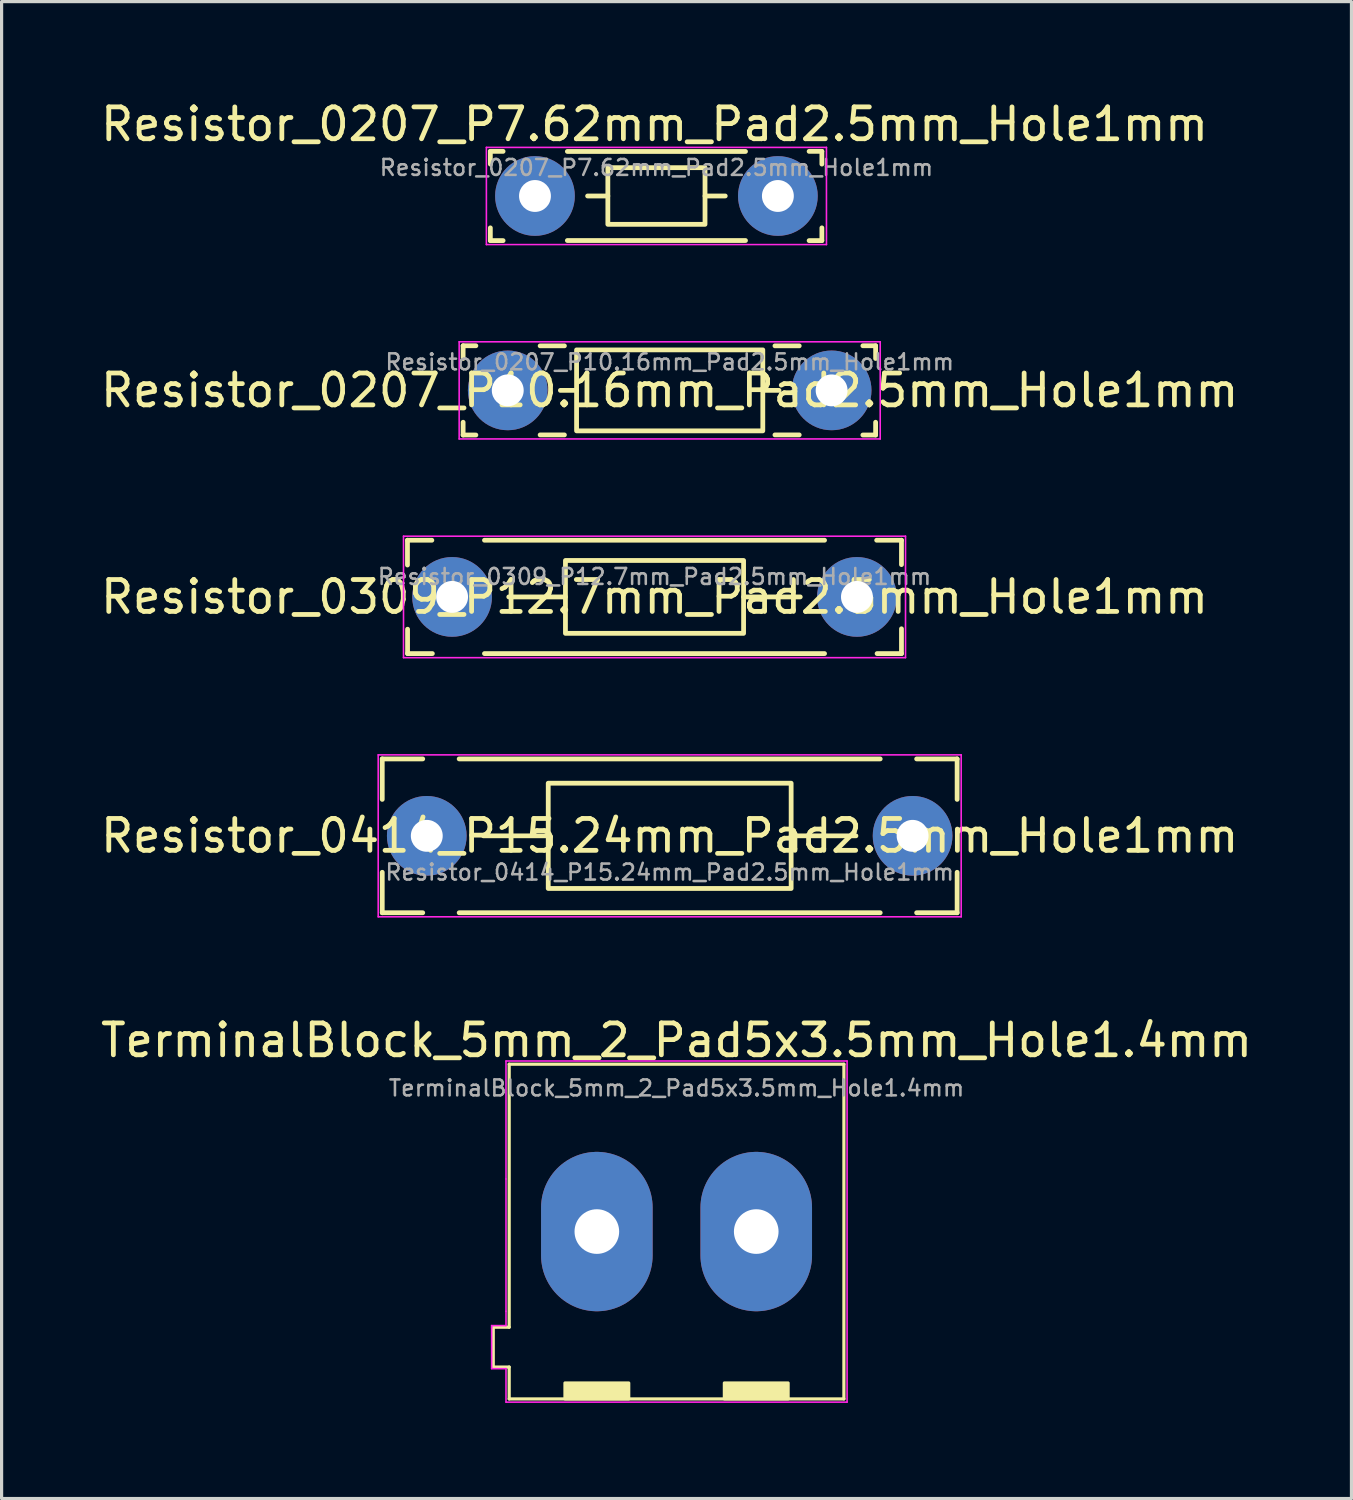
<source format=kicad_pcb>
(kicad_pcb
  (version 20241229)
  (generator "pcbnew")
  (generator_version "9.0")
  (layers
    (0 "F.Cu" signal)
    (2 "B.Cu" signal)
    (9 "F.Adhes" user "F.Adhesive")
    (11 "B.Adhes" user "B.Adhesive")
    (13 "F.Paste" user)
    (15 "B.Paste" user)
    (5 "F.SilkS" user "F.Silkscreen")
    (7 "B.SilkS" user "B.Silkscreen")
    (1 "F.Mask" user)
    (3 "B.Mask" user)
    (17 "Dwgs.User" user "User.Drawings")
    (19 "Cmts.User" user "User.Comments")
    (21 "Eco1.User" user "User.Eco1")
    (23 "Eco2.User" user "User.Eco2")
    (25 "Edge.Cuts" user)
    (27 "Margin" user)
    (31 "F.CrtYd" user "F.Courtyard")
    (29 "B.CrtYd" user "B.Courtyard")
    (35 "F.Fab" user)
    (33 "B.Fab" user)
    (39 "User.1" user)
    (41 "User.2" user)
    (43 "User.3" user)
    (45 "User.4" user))
  (footprint "Resistor_0309_P12.7mm_Pad2.5mm_Hole1mm"
    (layer "F.Cu")
    (at 11.132 15.675)
    (property "Reference" "Resistor_0309_P12.7mm_Pad2.5mm_Hole1mm" (at 6.35 0 0) (layer "F.SilkS") (effects (font (size 1 1) (thickness 0.15))))
    (attr through_hole)
    (fp_line (start -1.4 -1.778) (end -0.635 -1.778) (stroke (width 0.15) (type default)) (layer "F.SilkS"))
    (fp_line (start -1.4 -1) (end -1.4 -1.778) (stroke (width 0.15) (type default)) (layer "F.SilkS"))
    (fp_line (start -1.397 1.778) (end -1.397 1.013) (stroke (width 0.15) (type default)) (layer "F.SilkS"))
    (fp_line (start -0.619 1.778) (end -1.397 1.778) (stroke (width 0.15) (type default)) (layer "F.SilkS"))
    (fp_line (start 1.016 -1.778) (end 11.684 -1.778) (stroke (width 0.15) (type default)) (layer "F.SilkS"))
    (fp_line (start 1.016 1.778) (end 11.684 1.778) (stroke (width 0.15) (type default)) (layer "F.SilkS"))
    (fp_line (start 3.556 0) (end 1.778 0) (stroke (width 0.15) (type default)) (layer "F.SilkS"))
    (fp_line (start 9.144 0) (end 10.922 0) (stroke (width 0.15) (type default)) (layer "F.SilkS"))
    (fp_line (start 13.319 -1.778) (end 14.097 -1.778) (stroke (width 0.15) (type default)) (layer "F.SilkS"))
    (fp_line (start 14.097 -1.778) (end 14.097 -1.013) (stroke (width 0.15) (type default)) (layer "F.SilkS"))
    (fp_line (start 14.097 1) (end 14.097 1.778) (stroke (width 0.15) (type default)) (layer "F.SilkS"))
    (fp_line (start 14.097 1.778) (end 13.332 1.778) (stroke (width 0.15) (type default)) (layer "F.SilkS"))
    (fp_rect (start 3.556 -1.143) (end 9.144 1.143) (stroke (width 0.15) (type default)) (fill no) (layer "F.SilkS"))
    (fp_line (start -1.524 -1.905) (end -1.524 1.905) (stroke (width 0.05) (type default)) (layer "F.CrtYd"))
    (fp_line (start -1.524 1.905) (end 14.224 1.905) (stroke (width 0.05) (type default)) (layer "F.CrtYd"))
    (fp_line (start 14.224 -1.905) (end -1.524 -1.905) (stroke (width 0.05) (type default)) (layer "F.CrtYd"))
    (fp_line (start 14.224 1.905) (end 14.224 -1.905) (stroke (width 0.05) (type default)) (layer "F.CrtYd"))
    (fp_text user "${REFERENCE}" (at 6.35 -0.635 0) (layer "F.Fab") (effects (font (size 0.5 0.5) (thickness 0.08))))
    (pad "1" thru_hole circle (at 0 0 90) (size 2.5 2.5) (drill 1) (layers "*.Cu" "*.Mask"))
    (pad "2" thru_hole circle (at 12.7 0 90) (size 2.5 2.5) (drill 1) (layers "*.Cu" "*.Mask")))
  (footprint "Resistor_0414_P15.24mm_Pad2.5mm_Hole1mm"
    (layer "F.Cu")
    (at 10.338 23.17)
    (property "Reference" "Resistor_0414_P15.24mm_Pad2.5mm_Hole1mm" (at 7.62 0 0) (layer "F.SilkS") (effects (font (size 1 1) (thickness 0.15))))
    (attr through_hole)
    (fp_line (start -1.397 -2.413) (end -1.397 -1.143) (stroke (width 0.15) (type default)) (layer "F.SilkS"))
    (fp_line (start -1.397 -2.413) (end -0.127 -2.413) (stroke (width 0.15) (type default)) (layer "F.SilkS"))
    (fp_line (start -1.397 2.413) (end -1.397 1.143) (stroke (width 0.15) (type default)) (layer "F.SilkS"))
    (fp_line (start -1.397 2.413) (end -0.127 2.413) (stroke (width 0.15) (type default)) (layer "F.SilkS"))
    (fp_line (start 1.016 -2.413) (end 14.224 -2.413) (stroke (width 0.15) (type default)) (layer "F.SilkS"))
    (fp_line (start 1.016 2.413) (end 14.224 2.413) (stroke (width 0.15) (type default)) (layer "F.SilkS"))
    (fp_line (start 3.81 0) (end 1.778 0) (stroke (width 0.15) (type default)) (layer "F.SilkS"))
    (fp_line (start 11.43 0) (end 13.462 0) (stroke (width 0.15) (type default)) (layer "F.SilkS"))
    (fp_line (start 16.637 -2.413) (end 15.367 -2.413) (stroke (width 0.15) (type default)) (layer "F.SilkS"))
    (fp_line (start 16.637 -2.413) (end 16.637 -1.143) (stroke (width 0.15) (type default)) (layer "F.SilkS"))
    (fp_line (start 16.637 2.413) (end 15.367 2.413) (stroke (width 0.15) (type default)) (layer "F.SilkS"))
    (fp_line (start 16.637 2.413) (end 16.637 1.143) (stroke (width 0.15) (type default)) (layer "F.SilkS"))
    (fp_rect (start 3.81 -1.651) (end 11.43 1.651) (stroke (width 0.15) (type default)) (fill no) (layer "F.SilkS"))
    (fp_line (start -1.524 -2.54) (end -1.524 2.54) (stroke (width 0.05) (type default)) (layer "F.CrtYd"))
    (fp_line (start -1.524 2.54) (end 16.764 2.54) (stroke (width 0.05) (type default)) (layer "F.CrtYd"))
    (fp_line (start 16.764 -2.54) (end -1.524 -2.54) (stroke (width 0.05) (type default)) (layer "F.CrtYd"))
    (fp_line (start 16.764 2.54) (end 16.764 -2.54) (stroke (width 0.05) (type default)) (layer "F.CrtYd"))
    (fp_text user "${REFERENCE}" (at 7.62 1.143 0) (layer "F.Fab") (effects (font (size 0.5 0.5) (thickness 0.08))))
    (pad "1" thru_hole circle (at 0 0 90) (size 2.5 2.5) (drill 1) (layers "*.Cu" "*.Mask"))
    (pad "2" thru_hole circle (at 15.24 0 90) (size 2.5 2.5) (drill 1) (layers "*.Cu" "*.Mask")))
  (footprint "Resistor_0207_P10.16mm_Pad2.5mm_Hole1mm"
    (layer "F.Cu")
    (at 12.878 9.196)
    (property "Reference" "Resistor_0207_P10.16mm_Pad2.5mm_Hole1mm" (at 5.08 0 0) (layer "F.SilkS") (effects (font (size 1 1) (thickness 0.15))))
    (attr through_hole)
    (fp_line (start -1.4 -1.4) (end -1 -1.4) (stroke (width 0.15) (type default)) (layer "F.SilkS"))
    (fp_line (start -1.4 -1) (end -1.4 -1.4) (stroke (width 0.15) (type default)) (layer "F.SilkS"))
    (fp_line (start -1.4 1.4) (end -1.4 1) (stroke (width 0.15) (type default)) (layer "F.SilkS"))
    (fp_line (start -1.4 1.4) (end -1 1.4) (stroke (width 0.15) (type default)) (layer "F.SilkS"))
    (fp_line (start 1.016 -1.397) (end 1.778 -1.397) (stroke (width 0.15) (type default)) (layer "F.SilkS"))
    (fp_line (start 1.016 1.397) (end 1.778 1.397) (stroke (width 0.15) (type default)) (layer "F.SilkS"))
    (fp_line (start 2.159 0) (end 1.651 0) (stroke (width 0.15) (type default)) (layer "F.SilkS"))
    (fp_line (start 8.001 0) (end 8.509 0) (stroke (width 0.15) (type default)) (layer "F.SilkS"))
    (fp_line (start 8.382 -1.397) (end 9.144 -1.397) (stroke (width 0.15) (type default)) (layer "F.SilkS"))
    (fp_line (start 8.382 1.397) (end 9.144 1.397) (stroke (width 0.15) (type default)) (layer "F.SilkS"))
    (fp_line (start 11.14 -1.4) (end 11.54 -1.4) (stroke (width 0.15) (type default)) (layer "F.SilkS"))
    (fp_line (start 11.14 1.4) (end 11.54 1.4) (stroke (width 0.15) (type default)) (layer "F.SilkS"))
    (fp_line (start 11.54 -1.4) (end 11.54 -1) (stroke (width 0.15) (type default)) (layer "F.SilkS"))
    (fp_line (start 11.54 1.4) (end 11.54 1) (stroke (width 0.15) (type default)) (layer "F.SilkS"))
    (fp_rect (start 2.159 -1.27) (end 8.001 1.27) (stroke (width 0.15) (type default)) (fill no) (layer "F.SilkS"))
    (fp_line (start -1.524 -1.524) (end -1.524 1.524) (stroke (width 0.05) (type default)) (layer "F.CrtYd"))
    (fp_line (start -1.524 1.524) (end 11.684 1.524) (stroke (width 0.05) (type default)) (layer "F.CrtYd"))
    (fp_line (start 11.684 -1.524) (end -1.524 -1.524) (stroke (width 0.05) (type default)) (layer "F.CrtYd"))
    (fp_line (start 11.684 1.524) (end 11.684 -1.524) (stroke (width 0.05) (type default)) (layer "F.CrtYd"))
    (fp_text user "${REFERENCE}" (at 5.08 -0.889 0) (layer "F.Fab") (effects (font (size 0.5 0.5) (thickness 0.08))))
    (pad "1" thru_hole circle (at 0 0 90) (size 2.5 2.5) (drill 1) (layers "*.Cu" "*.Mask"))
    (pad "2" thru_hole circle (at 10.16 0 90) (size 2.5 2.5) (drill 1) (layers "*.Cu" "*.Mask")))
  (footprint "Resistor_0207_P7.62mm_Pad2.5mm_Hole1mm"
    (layer "F.Cu")
    (at 13.732 3.098)
    (property "Reference" "Resistor_0207_P7.62mm_Pad2.5mm_Hole1mm" (at 3.75 -2.25 0) (layer "F.SilkS") (effects (font (size 1 1) (thickness 0.15))))
    (attr through_hole)
    (fp_line (start -1.4 -1.4) (end -1 -1.4) (stroke (width 0.15) (type default)) (layer "F.SilkS"))
    (fp_line (start -1.4 -1) (end -1.4 -1.4) (stroke (width 0.15) (type default)) (layer "F.SilkS"))
    (fp_line (start -1.4 1.4) (end -1.4 1) (stroke (width 0.15) (type default)) (layer "F.SilkS"))
    (fp_line (start -1.4 1.4) (end -1 1.4) (stroke (width 0.15) (type default)) (layer "F.SilkS"))
    (fp_line (start 2.286 0) (end 1.651 0) (stroke (width 0.15) (type default)) (layer "F.SilkS"))
    (fp_line (start 5.334 0) (end 5.969 0) (stroke (width 0.15) (type default)) (layer "F.SilkS"))
    (fp_line (start 6.604 -1.397) (end 1.016 -1.397) (stroke (width 0.15) (type default)) (layer "F.SilkS"))
    (fp_line (start 6.604 1.397) (end 1.016 1.397) (stroke (width 0.15) (type default)) (layer "F.SilkS"))
    (fp_line (start 8.6 -1.4) (end 9 -1.4) (stroke (width 0.15) (type default)) (layer "F.SilkS"))
    (fp_line (start 8.6 1.4) (end 9 1.4) (stroke (width 0.15) (type default)) (layer "F.SilkS"))
    (fp_line (start 9 -1.4) (end 9 -1) (stroke (width 0.15) (type default)) (layer "F.SilkS"))
    (fp_line (start 9 1.4) (end 9 1) (stroke (width 0.15) (type default)) (layer "F.SilkS"))
    (fp_rect (start 2.286 -0.889) (end 5.334 0.889) (stroke (width 0.15) (type default)) (fill no) (layer "F.SilkS"))
    (fp_line (start -1.524 -1.524) (end -1.524 1.524) (stroke (width 0.05) (type default)) (layer "F.CrtYd"))
    (fp_line (start -1.524 1.524) (end 9.144 1.524) (stroke (width 0.05) (type default)) (layer "F.CrtYd"))
    (fp_line (start 9.144 -1.524) (end -1.524 -1.524) (stroke (width 0.05) (type default)) (layer "F.CrtYd"))
    (fp_line (start 9.144 1.524) (end 9.144 -1.524) (stroke (width 0.05) (type default)) (layer "F.CrtYd"))
    (fp_text user "${REFERENCE}" (at 3.81 -0.889 0) (layer "F.Fab") (effects (font (size 0.5 0.5) (thickness 0.08))))
    (pad "1" thru_hole circle (at 0 0 90) (size 2.5 2.5) (drill 1) (layers "*.Cu" "*.Mask"))
    (pad "2" thru_hole circle (at 7.62 0 90) (size 2.5 2.5) (drill 1) (layers "*.Cu" "*.Mask")))
  (footprint "TerminalBlock_5mm_2_Pad5x3.5mm_Hole1.4mm"
    (layer "F.Cu")
    (at 15.673 35.584)
    (property "Reference" "TerminalBlock_5mm_2_Pad5x3.5mm_Hole1.4mm" (at 2.5 -6 0) (layer "F.SilkS") (effects (font (size 1 1) (thickness 0.15))))
    (attr through_hole)
    (fp_line (start -3.25 3) (end -2.75 3) (stroke (width 0.1) (type default)) (layer "F.SilkS"))
    (fp_line (start -3.25 4.25) (end -3.25 3) (stroke (width 0.1) (type default)) (layer "F.SilkS"))
    (fp_line (start -2.75 -5.25) (end 7.75 -5.25) (stroke (width 0.1) (type default)) (layer "F.SilkS"))
    (fp_line (start -2.75 3) (end -2.75 -5.25) (stroke (width 0.1) (type default)) (layer "F.SilkS"))
    (fp_line (start -2.75 4.25) (end -3.25 4.25) (stroke (width 0.1) (type default)) (layer "F.SilkS"))
    (fp_line (start -2.75 5.25) (end -2.75 4.25) (stroke (width 0.1) (type default)) (layer "F.SilkS"))
    (fp_line (start 7.75 -5.25) (end 7.75 5.25) (stroke (width 0.1) (type default)) (layer "F.SilkS"))
    (fp_line (start 7.75 5.25) (end -2.75 5.25) (stroke (width 0.1) (type default)) (layer "F.SilkS"))
    (fp_rect (start -1 4.75) (end 1 5.25) (stroke (width 0.1) (type solid)) (fill yes) (layer "F.SilkS"))
    (fp_rect (start 4 4.75) (end 6 5.25) (stroke (width 0.1) (type solid)) (fill yes) (layer "F.SilkS"))
    (fp_line (start -3.3 2.95) (end -2.85 2.95) (stroke (width 0.05) (type default)) (layer "F.CrtYd"))
    (fp_line (start -3.3 3) (end -3.3 2.95) (stroke (width 0.05) (type default)) (layer "F.CrtYd"))
    (fp_line (start -3.3 4.3) (end -3.3 3) (stroke (width 0.05) (type default)) (layer "F.CrtYd"))
    (fp_line (start -2.85 -5.35) (end -2.85 -1.65) (stroke (width 0.05) (type default)) (layer "F.CrtYd"))
    (fp_line (start -2.85 -5.35) (end 7.85 -5.35) (stroke (width 0.05) (type default)) (layer "F.CrtYd"))
    (fp_line (start -2.85 -1.65) (end -2.85 2.5) (stroke (width 0.05) (type default)) (layer "F.CrtYd"))
    (fp_line (start -2.85 2.95) (end -2.85 2.5) (stroke (width 0.05) (type default)) (layer "F.CrtYd"))
    (fp_line (start -2.85 4.3) (end -3.3 4.3) (stroke (width 0.05) (type default)) (layer "F.CrtYd"))
    (fp_line (start -2.85 5.35) (end -2.85 4.3) (stroke (width 0.05) (type default)) (layer "F.CrtYd"))
    (fp_line (start 7.85 -5.35) (end 7.85 5.35) (stroke (width 0.05) (type default)) (layer "F.CrtYd"))
    (fp_line (start 7.85 5.35) (end -2.85 5.35) (stroke (width 0.05) (type default)) (layer "F.CrtYd"))
    (fp_text user "${REFERENCE}" (at 2.5 -4.5 0) (layer "F.Fab") (effects (font (size 0.5 0.5) (thickness 0.08))))
    (pad "1" thru_hole oval (at 0 0 90) (size 5 3.5) (drill 1.4) (layers "*.Cu" "*.Mask"))
    (pad "2" thru_hole oval (at 5 0 90) (size 5 3.5) (drill 1.4) (layers "*.Cu" "*.Mask")))
  (gr_rect
    (start -3 -3)
    (end 39.345 43.959)
    (stroke (width 0.1) (type default))
    (fill no)
    (layer "Edge.Cuts")))
</source>
